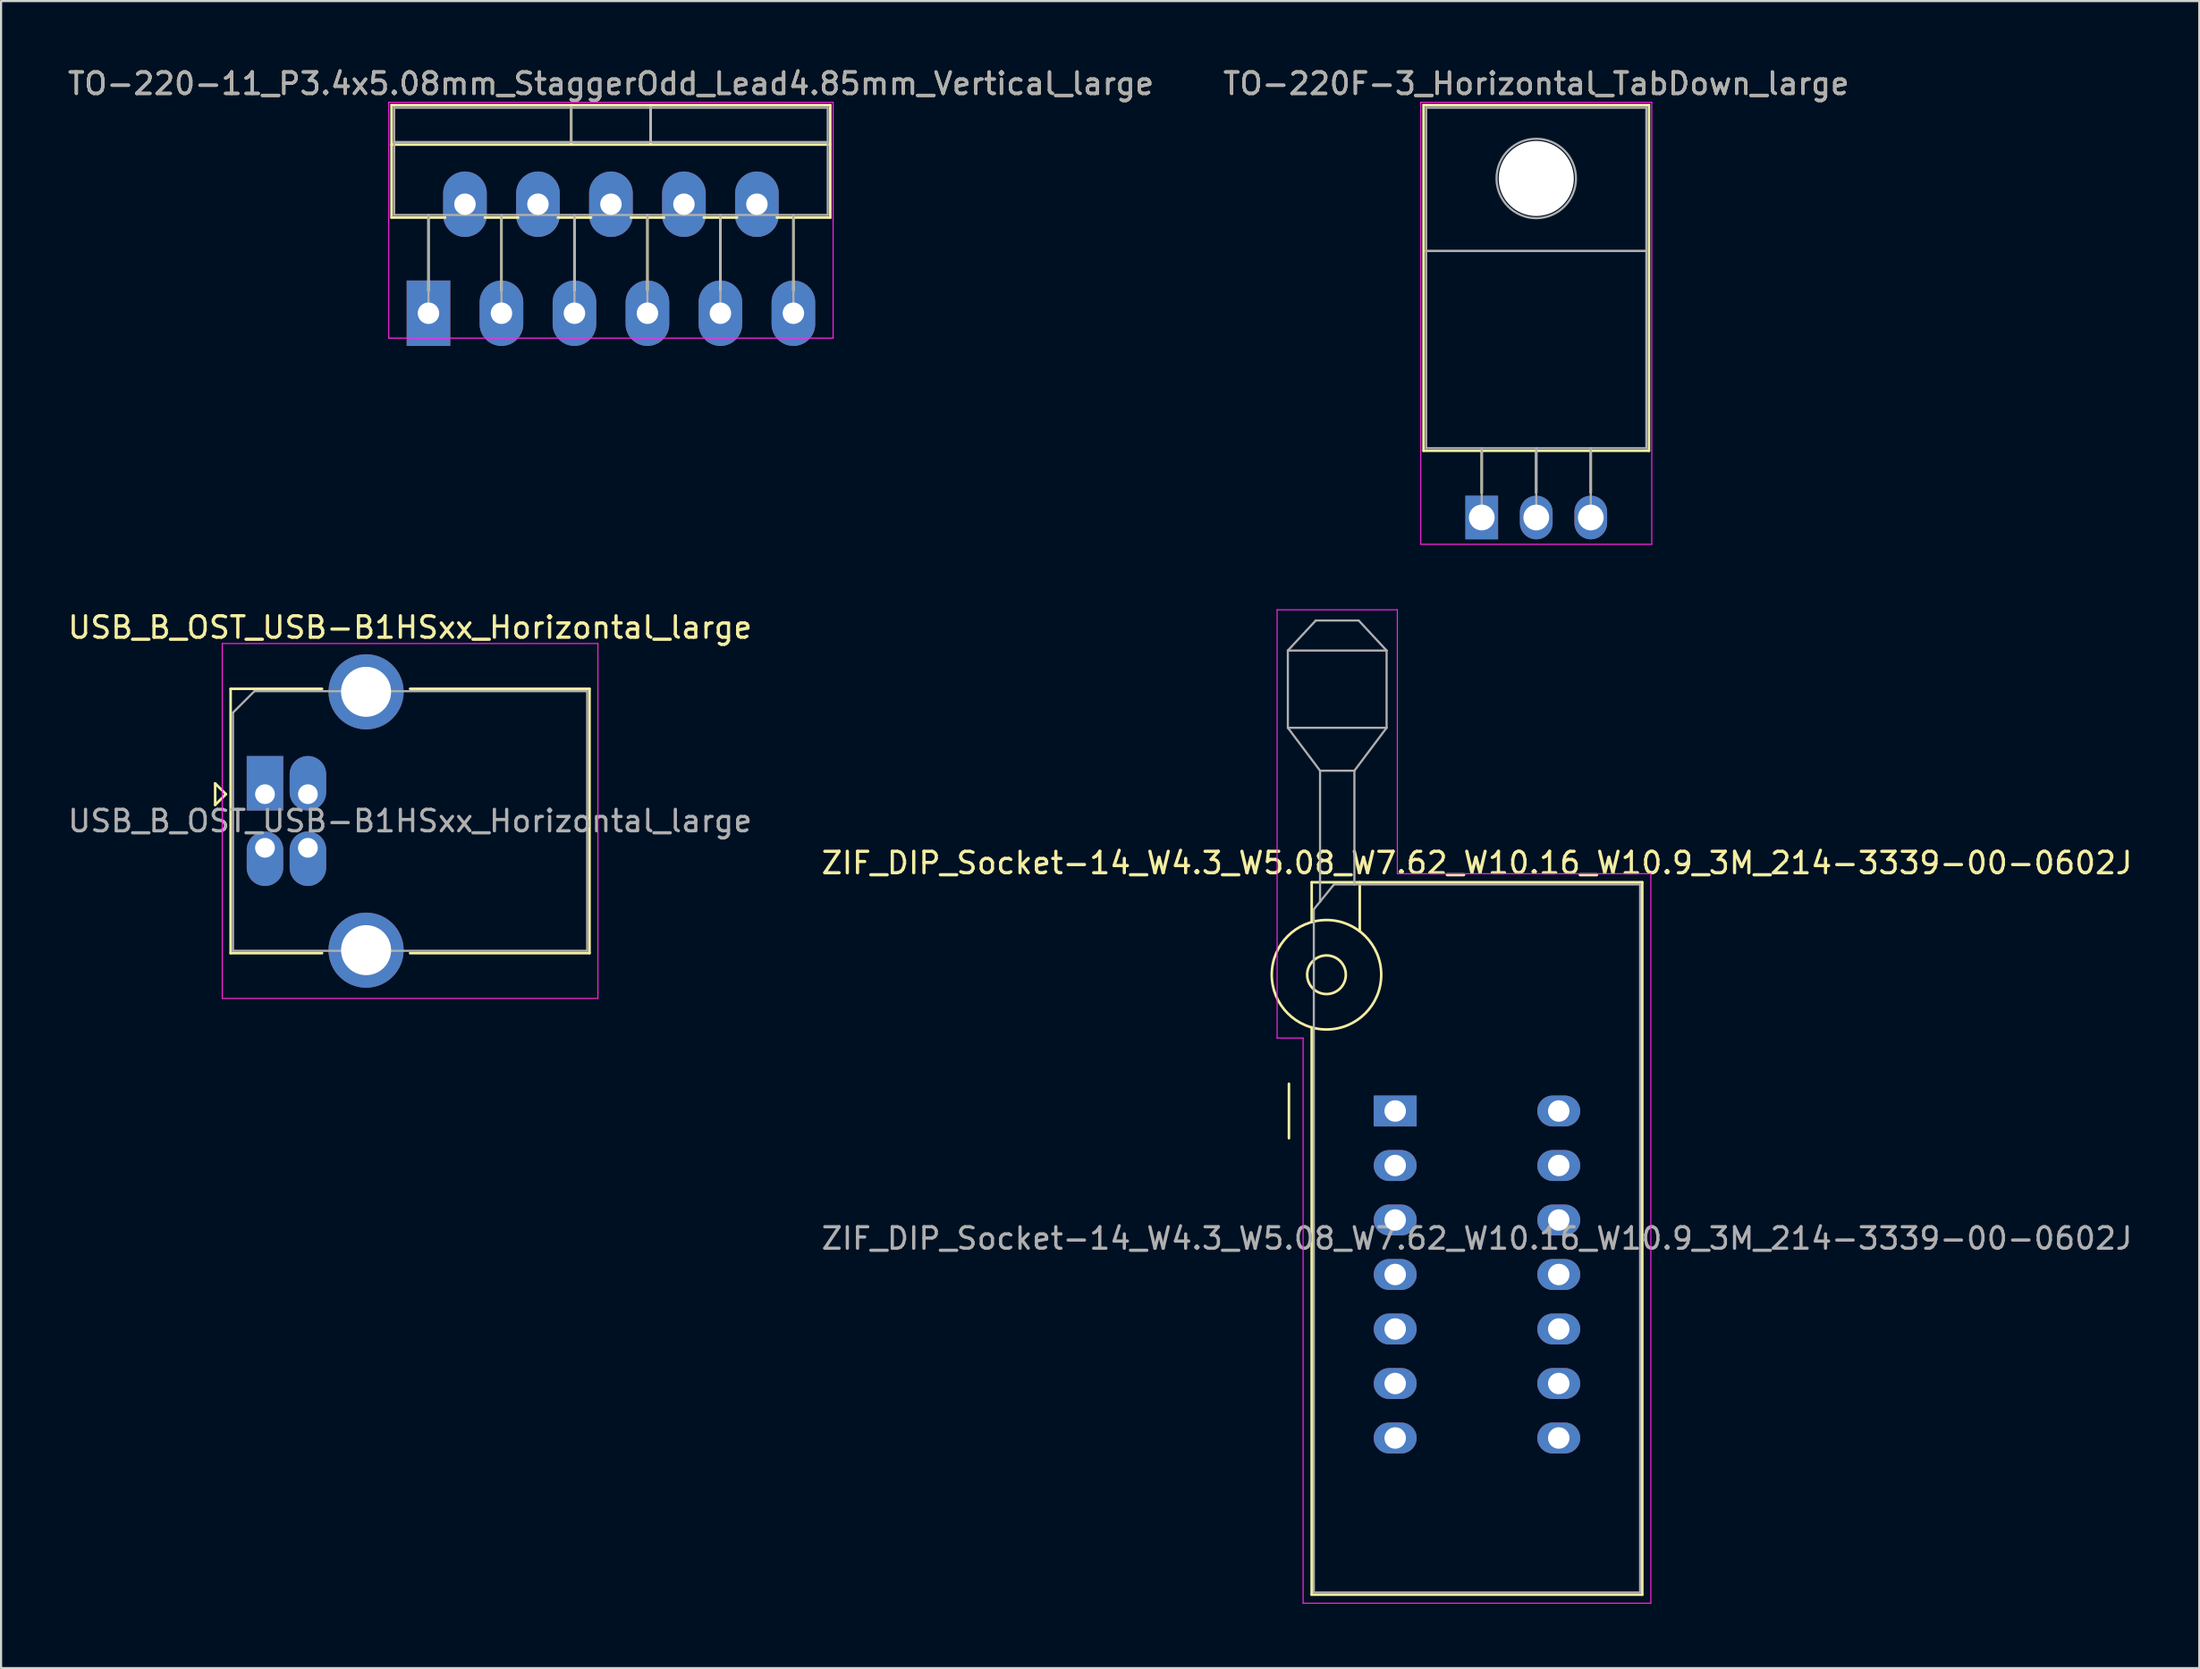
<source format=kicad_pcb>
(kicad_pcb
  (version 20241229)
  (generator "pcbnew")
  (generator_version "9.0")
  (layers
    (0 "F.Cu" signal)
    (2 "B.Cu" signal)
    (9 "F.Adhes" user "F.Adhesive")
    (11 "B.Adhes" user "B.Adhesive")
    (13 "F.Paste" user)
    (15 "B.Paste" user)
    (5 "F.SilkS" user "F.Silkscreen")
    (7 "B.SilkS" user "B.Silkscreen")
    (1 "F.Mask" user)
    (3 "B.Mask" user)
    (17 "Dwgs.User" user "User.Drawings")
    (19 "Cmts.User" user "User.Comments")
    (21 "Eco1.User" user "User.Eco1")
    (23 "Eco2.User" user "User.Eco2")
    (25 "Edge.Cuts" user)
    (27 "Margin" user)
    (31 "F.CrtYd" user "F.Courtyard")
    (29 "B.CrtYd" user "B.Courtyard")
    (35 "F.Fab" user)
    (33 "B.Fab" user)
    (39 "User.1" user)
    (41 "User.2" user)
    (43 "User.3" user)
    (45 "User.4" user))
  (footprint "TO-220-11_P3.4x5.08mm_StaggerOdd_Lead4.85mm_Vertical_large"
    (layer "F.Cu")
    (at 16.911 11.548)
    (property "Reference" "TO-220-11_P3.4x5.08mm_StaggerOdd_Lead4.85mm_Vertical_large" (at 8.5 -10.7 0) (layer "F.SilkS") (effects (font (size 1 1) (thickness 0.15))))
    (attr through_hole)
    (fp_line (start -1.72 -9.7) (end -1.72 -4.459) (stroke (width 0.12) (type solid)) (layer "F.SilkS"))
    (fp_line (start -1.72 -9.7) (end 18.72 -9.7) (stroke (width 0.12) (type solid)) (layer "F.SilkS"))
    (fp_line (start -1.72 -7.86) (end 18.72 -7.86) (stroke (width 0.12) (type solid)) (layer "F.SilkS"))
    (fp_line (start -1.72 -4.459) (end 0.776 -4.459) (stroke (width 0.12) (type solid)) (layer "F.SilkS"))
    (fp_line (start 0 -4.459) (end 0 -1.05) (stroke (width 0.12) (type solid)) (layer "F.SilkS"))
    (fp_line (start 2.625 -4.459) (end 4.176 -4.459) (stroke (width 0.12) (type solid)) (layer "F.SilkS"))
    (fp_line (start 3.4 -4.459) (end 3.4 -1.065) (stroke (width 0.12) (type solid)) (layer "F.SilkS"))
    (fp_line (start 6.025 -4.459) (end 7.576 -4.459) (stroke (width 0.12) (type solid)) (layer "F.SilkS"))
    (fp_line (start 6.65 -9.7) (end 6.65 -7.86) (stroke (width 0.12) (type solid)) (layer "F.SilkS"))
    (fp_line (start 6.8 -4.459) (end 6.8 -1.065) (stroke (width 0.12) (type solid)) (layer "F.SilkS"))
    (fp_line (start 9.425 -4.459) (end 10.976 -4.459) (stroke (width 0.12) (type solid)) (layer "F.SilkS"))
    (fp_line (start 10.2 -4.459) (end 10.2 -1.065) (stroke (width 0.12) (type solid)) (layer "F.SilkS"))
    (fp_line (start 10.35 -9.7) (end 10.35 -7.86) (stroke (width 0.12) (type solid)) (layer "F.SilkS"))
    (fp_line (start 12.825 -4.459) (end 14.376 -4.459) (stroke (width 0.12) (type solid)) (layer "F.SilkS"))
    (fp_line (start 13.6 -4.459) (end 13.6 -1.065) (stroke (width 0.12) (type solid)) (layer "F.SilkS"))
    (fp_line (start 16.225 -4.459) (end 18.72 -4.459) (stroke (width 0.12) (type solid)) (layer "F.SilkS"))
    (fp_line (start 17 -4.459) (end 17 -1.065) (stroke (width 0.12) (type solid)) (layer "F.SilkS"))
    (fp_line (start 18.72 -9.7) (end 18.72 -4.459) (stroke (width 0.12) (type solid)) (layer "F.SilkS"))
    (fp_line (start -1.85 -9.83) (end -1.85 1.16) (stroke (width 0.05) (type solid)) (layer "F.CrtYd"))
    (fp_line (start -1.85 1.16) (end 18.85 1.16) (stroke (width 0.05) (type solid)) (layer "F.CrtYd"))
    (fp_line (start 18.85 -9.83) (end -1.85 -9.83) (stroke (width 0.05) (type solid)) (layer "F.CrtYd"))
    (fp_line (start 18.85 1.16) (end 18.85 -9.83) (stroke (width 0.05) (type solid)) (layer "F.CrtYd"))
    (fp_line (start -1.6 -9.58) (end -1.6 -4.58) (stroke (width 0.1) (type solid)) (layer "F.Fab"))
    (fp_line (start -1.6 -7.98) (end 18.6 -7.98) (stroke (width 0.1) (type solid)) (layer "F.Fab"))
    (fp_line (start -1.6 -4.58) (end 18.6 -4.58) (stroke (width 0.1) (type solid)) (layer "F.Fab"))
    (fp_line (start 0 -4.58) (end 0 0) (stroke (width 0.1) (type solid)) (layer "F.Fab"))
    (fp_line (start 3.4 -4.58) (end 3.4 0) (stroke (width 0.1) (type solid)) (layer "F.Fab"))
    (fp_line (start 6.65 -9.58) (end 6.65 -7.98) (stroke (width 0.1) (type solid)) (layer "F.Fab"))
    (fp_line (start 6.8 -4.58) (end 6.8 0) (stroke (width 0.1) (type solid)) (layer "F.Fab"))
    (fp_line (start 10.2 -4.58) (end 10.2 0) (stroke (width 0.1) (type solid)) (layer "F.Fab"))
    (fp_line (start 10.35 -9.58) (end 10.35 -7.98) (stroke (width 0.1) (type solid)) (layer "F.Fab"))
    (fp_line (start 13.6 -4.58) (end 13.6 0) (stroke (width 0.1) (type solid)) (layer "F.Fab"))
    (fp_line (start 17 -4.58) (end 17 0) (stroke (width 0.1) (type solid)) (layer "F.Fab"))
    (fp_line (start 18.6 -9.58) (end -1.6 -9.58) (stroke (width 0.1) (type solid)) (layer "F.Fab"))
    (fp_line (start 18.6 -4.58) (end 18.6 -9.58) (stroke (width 0.1) (type solid)) (layer "F.Fab"))
    (fp_text user "${REFERENCE}" (at 8.5 -10.7 0) (layer "F.Fab") (effects (font (size 1 1) (thickness 0.15))))
    (pad "1" thru_hole rect (at 0 0) (size 2.032 3.048) (drill 1) (layers "*.Cu" "*.Mask"))
    (pad "2" thru_hole oval (at 1.7 -5.08) (size 2.032 3.048) (drill 1) (layers "*.Cu" "*.Mask"))
    (pad "3" thru_hole oval (at 3.4 0) (size 2.032 3.048) (drill 1) (layers "*.Cu" "*.Mask"))
    (pad "4" thru_hole oval (at 5.1 -5.08) (size 2.032 3.048) (drill 1) (layers "*.Cu" "*.Mask"))
    (pad "5" thru_hole oval (at 6.8 0) (size 2.032 3.048) (drill 1) (layers "*.Cu" "*.Mask"))
    (pad "6" thru_hole oval (at 8.5 -5.08) (size 2.032 3.048) (drill 1) (layers "*.Cu" "*.Mask"))
    (pad "7" thru_hole oval (at 10.2 0) (size 2.032 3.048) (drill 1) (layers "*.Cu" "*.Mask"))
    (pad "8" thru_hole oval (at 11.9 -5.08) (size 2.032 3.048) (drill 1) (layers "*.Cu" "*.Mask"))
    (pad "9" thru_hole oval (at 13.6 0) (size 2.032 3.048) (drill 1) (layers "*.Cu" "*.Mask"))
    (pad "10" thru_hole oval (at 15.3 -5.08) (size 2.032 3.048) (drill 1) (layers "*.Cu" "*.Mask"))
    (pad "11" thru_hole oval (at 17 0) (size 2.032 3.048) (drill 1) (layers "*.Cu" "*.Mask")))
  (footprint "USB_B_OST_USB-B1HSxx_Horizontal_large"
    (layer "F.Cu")
    (at 9.294 33.962)
    (property "Reference" "USB_B_OST_USB-B1HSxx_Horizontal_large" (at 6.76 -7.77 0) (layer "F.SilkS") (effects (font (size 1 1) (thickness 0.15))))
    (attr through_hole)
    (fp_line (start -2.32 -0.5) (end -2.32 0.5) (stroke (width 0.12) (type solid)) (layer "F.SilkS"))
    (fp_line (start -2.32 0.5) (end -1.82 0) (stroke (width 0.12) (type solid)) (layer "F.SilkS"))
    (fp_line (start -1.82 0) (end -2.32 -0.5) (stroke (width 0.12) (type solid)) (layer "F.SilkS"))
    (fp_line (start -1.6 -4.91) (end -1.6 7.41) (stroke (width 0.12) (type solid)) (layer "F.SilkS"))
    (fp_line (start -1.6 7.41) (end 2.66 7.41) (stroke (width 0.12) (type solid)) (layer "F.SilkS"))
    (fp_line (start 2.66 -4.91) (end -1.6 -4.91) (stroke (width 0.12) (type solid)) (layer "F.SilkS"))
    (fp_line (start 6.76 -4.91) (end 15.12 -4.91) (stroke (width 0.12) (type solid)) (layer "F.SilkS"))
    (fp_line (start 15.12 -4.91) (end 15.12 7.41) (stroke (width 0.12) (type solid)) (layer "F.SilkS"))
    (fp_line (start 15.12 7.41) (end 6.76 7.41) (stroke (width 0.12) (type solid)) (layer "F.SilkS"))
    (fp_line (start -1.99 -7.02) (end -1.99 9.52) (stroke (width 0.05) (type solid)) (layer "F.CrtYd"))
    (fp_line (start -1.99 9.52) (end 15.51 9.52) (stroke (width 0.05) (type solid)) (layer "F.CrtYd"))
    (fp_line (start 15.51 -7.02) (end -1.99 -7.02) (stroke (width 0.05) (type solid)) (layer "F.CrtYd"))
    (fp_line (start 15.51 9.52) (end 15.51 -7.02) (stroke (width 0.05) (type solid)) (layer "F.CrtYd"))
    (fp_line (start -1.49 -3.8) (end -0.49 -4.8) (stroke (width 0.1) (type solid)) (layer "F.Fab"))
    (fp_line (start -1.49 7.3) (end -1.49 -3.8) (stroke (width 0.1) (type solid)) (layer "F.Fab"))
    (fp_line (start -0.49 -4.8) (end 15.01 -4.8) (stroke (width 0.1) (type solid)) (layer "F.Fab"))
    (fp_line (start 15.01 -4.8) (end 15.01 7.3) (stroke (width 0.1) (type solid)) (layer "F.Fab"))
    (fp_line (start 15.01 7.3) (end -1.49 7.3) (stroke (width 0.1) (type solid)) (layer "F.Fab"))
    (fp_text user "${REFERENCE}" (at 6.76 1.25 0) (layer "F.Fab") (effects (font (size 1 1) (thickness 0.15))))
    (pad "1" thru_hole rect (at 0 0) (size 1.7 2.54) (drill 0.92 (offset 0 -0.508)) (layers "*.Cu" "*.Mask"))
    (pad "2" thru_hole oval (at 0 2.5) (size 1.7 2.54) (drill 0.92 (offset 0 0.508)) (layers "*.Cu" "*.Mask"))
    (pad "3" thru_hole oval (at 2 2.5) (size 1.7 2.54) (drill 0.92 (offset 0 0.508)) (layers "*.Cu" "*.Mask"))
    (pad "4" thru_hole oval (at 2 0) (size 1.7 2.54) (drill 0.92 (offset 0 -0.508)) (layers "*.Cu" "*.Mask"))
    (pad "5" thru_hole circle (at 4.71 -4.77) (size 3.5 3.5) (drill 2.33) (layers "*.Cu" "*.Mask"))
    (pad "5" thru_hole circle (at 4.71 7.27) (size 3.5 3.5) (drill 2.33) (layers "*.Cu" "*.Mask")))
  (footprint "TO-220F-3_Horizontal_TabDown_large"
    (layer "F.Cu")
    (at 65.978 21.068)
    (property "Reference" "TO-220F-3_Horizontal_TabDown_large" (at 2.54 -20.22 0) (layer "F.SilkS") (effects (font (size 1 1) (thickness 0.15))))
    (attr through_hole)
    (fp_line (start -2.71 -19.22) (end -2.71 -3.11) (stroke (width 0.12) (type solid)) (layer "F.SilkS"))
    (fp_line (start -2.71 -19.22) (end 7.79 -19.22) (stroke (width 0.12) (type solid)) (layer "F.SilkS"))
    (fp_line (start -2.71 -3.11) (end 7.79 -3.11) (stroke (width 0.12) (type solid)) (layer "F.SilkS"))
    (fp_line (start 0 -3.11) (end 0 -1.15) (stroke (width 0.12) (type solid)) (layer "F.SilkS"))
    (fp_line (start 2.54 -3.11) (end 2.54 -1.15) (stroke (width 0.12) (type solid)) (layer "F.SilkS"))
    (fp_line (start 5.08 -3.11) (end 5.08 -1.15) (stroke (width 0.12) (type solid)) (layer "F.SilkS"))
    (fp_line (start 7.79 -19.22) (end 7.79 -3.11) (stroke (width 0.12) (type solid)) (layer "F.SilkS"))
    (fp_line (start -2.84 -19.35) (end -2.84 1.25) (stroke (width 0.05) (type solid)) (layer "F.CrtYd"))
    (fp_line (start -2.84 1.25) (end 7.92 1.25) (stroke (width 0.05) (type solid)) (layer "F.CrtYd"))
    (fp_line (start 7.92 -19.35) (end -2.84 -19.35) (stroke (width 0.05) (type solid)) (layer "F.CrtYd"))
    (fp_line (start 7.92 1.25) (end 7.92 -19.35) (stroke (width 0.05) (type solid)) (layer "F.CrtYd"))
    (fp_line (start -2.59 -19.1) (end 7.67 -19.1) (stroke (width 0.1) (type solid)) (layer "F.Fab"))
    (fp_line (start -2.59 -12.42) (end -2.59 -19.1) (stroke (width 0.1) (type solid)) (layer "F.Fab"))
    (fp_line (start -2.59 -12.42) (end 7.67 -12.42) (stroke (width 0.1) (type solid)) (layer "F.Fab"))
    (fp_line (start -2.59 -3.23) (end -2.59 -12.42) (stroke (width 0.1) (type solid)) (layer "F.Fab"))
    (fp_line (start 0 -3.23) (end 0 0) (stroke (width 0.1) (type solid)) (layer "F.Fab"))
    (fp_line (start 2.54 -3.23) (end 2.54 0) (stroke (width 0.1) (type solid)) (layer "F.Fab"))
    (fp_line (start 5.08 -3.23) (end 5.08 0) (stroke (width 0.1) (type solid)) (layer "F.Fab"))
    (fp_line (start 7.67 -19.1) (end 7.67 -12.42) (stroke (width 0.1) (type solid)) (layer "F.Fab"))
    (fp_line (start 7.67 -12.42) (end -2.59 -12.42) (stroke (width 0.1) (type solid)) (layer "F.Fab"))
    (fp_line (start 7.67 -12.42) (end 7.67 -3.23) (stroke (width 0.1) (type solid)) (layer "F.Fab"))
    (fp_line (start 7.67 -3.23) (end -2.59 -3.23) (stroke (width 0.1) (type solid)) (layer "F.Fab"))
    (fp_circle (center 2.54 -15.8) (end 4.39 -15.8) (stroke (width 0.1) (type solid)) (fill no) (layer "F.Fab"))
    (fp_text user "${REFERENCE}" (at 2.54 -20.22 0) (layer "F.Fab") (effects (font (size 1 1) (thickness 0.15))))
    (pad "" np_thru_hole oval (at 2.54 -15.8) (size 3.5 3.5) (drill 3.5) (layers "*.Cu" "*.Mask"))
    (pad "1" thru_hole rect (at 0 0) (size 1.524 2.032) (drill 1.2) (layers "*.Cu" "*.Mask"))
    (pad "2" thru_hole oval (at 2.54 0) (size 1.524 2.032) (drill 1.2) (layers "*.Cu" "*.Mask"))
    (pad "3" thru_hole oval (at 5.08 0) (size 1.524 2.032) (drill 1.2) (layers "*.Cu" "*.Mask")))
  (footprint "ZIF_DIP_Socket-14_W4.3_W5.08_W7.62_W10.16_W10.9_3M_214-3339-00-0602J"
    (layer "F.Cu")
    (at 61.946 48.728)
    (property "Reference" "ZIF_DIP_Socket-14_W4.3_W5.08_W7.62_W10.16_W10.9_3M_214-3339-00-0602J" (at 3.81 -11.56 0) (layer "F.SilkS") (effects (font (size 1 1) (thickness 0.15))))
    (attr through_hole)
    (fp_line (start -4.95 1.27) (end -4.95 -1.27) (stroke (width 0.12) (type solid)) (layer "F.SilkS"))
    (fp_line (start -3.89 -10.66) (end -3.89 -8.8) (stroke (width 0.12) (type solid)) (layer "F.SilkS"))
    (fp_line (start -3.89 -3.9) (end -3.89 22.54) (stroke (width 0.12) (type solid)) (layer "F.SilkS"))
    (fp_line (start -3.89 22.54) (end 11.51 22.54) (stroke (width 0.12) (type solid)) (layer "F.SilkS"))
    (fp_line (start -1.65 -10.66) (end -1.65 -8.4) (stroke (width 0.12) (type solid)) (layer "F.SilkS"))
    (fp_line (start 11.51 -10.66) (end -3.89 -10.66) (stroke (width 0.12) (type solid)) (layer "F.SilkS"))
    (fp_line (start 11.51 22.54) (end 11.51 -10.66) (stroke (width 0.12) (type solid)) (layer "F.SilkS"))
    (fp_circle (center -3.2 -6.35) (end -2.3 -6.35) (stroke (width 0.12) (type solid)) (fill no) (layer "F.SilkS"))
    (fp_circle (center -3.2 -6.35) (end -0.65 -6.35) (stroke (width 0.12) (type solid)) (fill no) (layer "F.SilkS"))
    (fp_line (start -5.5 -23.36) (end 0.1 -23.36) (stroke (width 0.05) (type solid)) (layer "F.CrtYd"))
    (fp_line (start -5.5 -3.4) (end -5.5 -23.36) (stroke (width 0.05) (type solid)) (layer "F.CrtYd"))
    (fp_line (start -4.29 -3.4) (end -5.5 -3.4) (stroke (width 0.05) (type solid)) (layer "F.CrtYd"))
    (fp_line (start -4.29 22.94) (end -4.29 -3.4) (stroke (width 0.05) (type solid)) (layer "F.CrtYd"))
    (fp_line (start 0.1 -23.36) (end 0.1 -11.06) (stroke (width 0.05) (type solid)) (layer "F.CrtYd"))
    (fp_line (start 0.1 -11.06) (end 11.91 -11.06) (stroke (width 0.05) (type solid)) (layer "F.CrtYd"))
    (fp_line (start 11.91 -11.06) (end 11.91 22.94) (stroke (width 0.05) (type solid)) (layer "F.CrtYd"))
    (fp_line (start 11.91 22.94) (end -4.29 22.94) (stroke (width 0.05) (type solid)) (layer "F.CrtYd"))
    (fp_line (start -5 -21.46) (end -5 -17.86) (stroke (width 0.1) (type solid)) (layer "F.Fab"))
    (fp_line (start -5 -21.46) (end -3.7 -22.86) (stroke (width 0.1) (type solid)) (layer "F.Fab"))
    (fp_line (start -5 -17.86) (end -3.5 -15.86) (stroke (width 0.1) (type solid)) (layer "F.Fab"))
    (fp_line (start -5 -17.86) (end -0.4 -17.86) (stroke (width 0.1) (type solid)) (layer "F.Fab"))
    (fp_line (start -3.79 -9.4) (end -2.85 -10.56) (stroke (width 0.1) (type solid)) (layer "F.Fab"))
    (fp_line (start -3.79 22.44) (end -3.79 -9.4) (stroke (width 0.1) (type solid)) (layer "F.Fab"))
    (fp_line (start -3.7 -22.86) (end -1.7 -22.86) (stroke (width 0.1) (type solid)) (layer "F.Fab"))
    (fp_line (start -3.5 -15.86) (end -1.9 -15.86) (stroke (width 0.1) (type solid)) (layer "F.Fab"))
    (fp_line (start -3.5 -9.75) (end -3.5 -15.86) (stroke (width 0.1) (type solid)) (layer "F.Fab"))
    (fp_line (start -2.85 -10.56) (end 11.41 -10.56) (stroke (width 0.1) (type solid)) (layer "F.Fab"))
    (fp_line (start -1.9 -15.86) (end -1.9 -10.56) (stroke (width 0.1) (type solid)) (layer "F.Fab"))
    (fp_line (start -1.7 -22.86) (end -0.4 -21.46) (stroke (width 0.1) (type solid)) (layer "F.Fab"))
    (fp_line (start -0.4 -21.46) (end -5 -21.46) (stroke (width 0.1) (type solid)) (layer "F.Fab"))
    (fp_line (start -0.4 -17.86) (end -1.9 -15.86) (stroke (width 0.1) (type solid)) (layer "F.Fab"))
    (fp_line (start -0.4 -17.86) (end -0.4 -21.46) (stroke (width 0.1) (type solid)) (layer "F.Fab"))
    (fp_line (start 11.41 -10.56) (end 11.41 22.44) (stroke (width 0.1) (type solid)) (layer "F.Fab"))
    (fp_line (start 11.41 22.44) (end -3.79 22.44) (stroke (width 0.1) (type solid)) (layer "F.Fab"))
    (fp_text user "${REFERENCE}" (at 3.81 5.94 0) (layer "F.Fab") (effects (font (size 1 1) (thickness 0.15))))
    (pad "1" thru_hole rect (at 0 0) (size 2 1.44) (drill 1) (layers "*.Cu" "*.Mask"))
    (pad "2" thru_hole oval (at 0 2.54) (size 2 1.44) (drill 1) (layers "*.Cu" "*.Mask"))
    (pad "3" thru_hole oval (at 0 5.08) (size 2 1.44) (drill 1) (layers "*.Cu" "*.Mask"))
    (pad "4" thru_hole oval (at 0 7.62) (size 2 1.44) (drill 1) (layers "*.Cu" "*.Mask"))
    (pad "5" thru_hole oval (at 0 10.16) (size 2 1.44) (drill 1) (layers "*.Cu" "*.Mask"))
    (pad "6" thru_hole oval (at 0 12.7) (size 2 1.44) (drill 1) (layers "*.Cu" "*.Mask"))
    (pad "7" thru_hole oval (at 0 15.24) (size 2 1.44) (drill 1) (layers "*.Cu" "*.Mask"))
    (pad "8" thru_hole oval (at 7.62 15.24) (size 2 1.44) (drill 1) (layers "*.Cu" "*.Mask"))
    (pad "9" thru_hole oval (at 7.62 12.7) (size 2 1.44) (drill 1) (layers "*.Cu" "*.Mask"))
    (pad "10" thru_hole oval (at 7.62 10.16) (size 2 1.44) (drill 1) (layers "*.Cu" "*.Mask"))
    (pad "11" thru_hole oval (at 7.62 7.62) (size 2 1.44) (drill 1) (layers "*.Cu" "*.Mask"))
    (pad "12" thru_hole oval (at 7.62 5.08) (size 2 1.44) (drill 1) (layers "*.Cu" "*.Mask"))
    (pad "13" thru_hole oval (at 7.62 2.54) (size 2 1.44) (drill 1) (layers "*.Cu" "*.Mask"))
    (pad "14" thru_hole oval (at 7.62 0) (size 2 1.44) (drill 1) (layers "*.Cu" "*.Mask")))
  (gr_rect
    (start -3 -3)
    (end 99.405 74.693)
    (stroke (width 0.1) (type default))
    (fill no)
    (layer "Edge.Cuts")))
</source>
